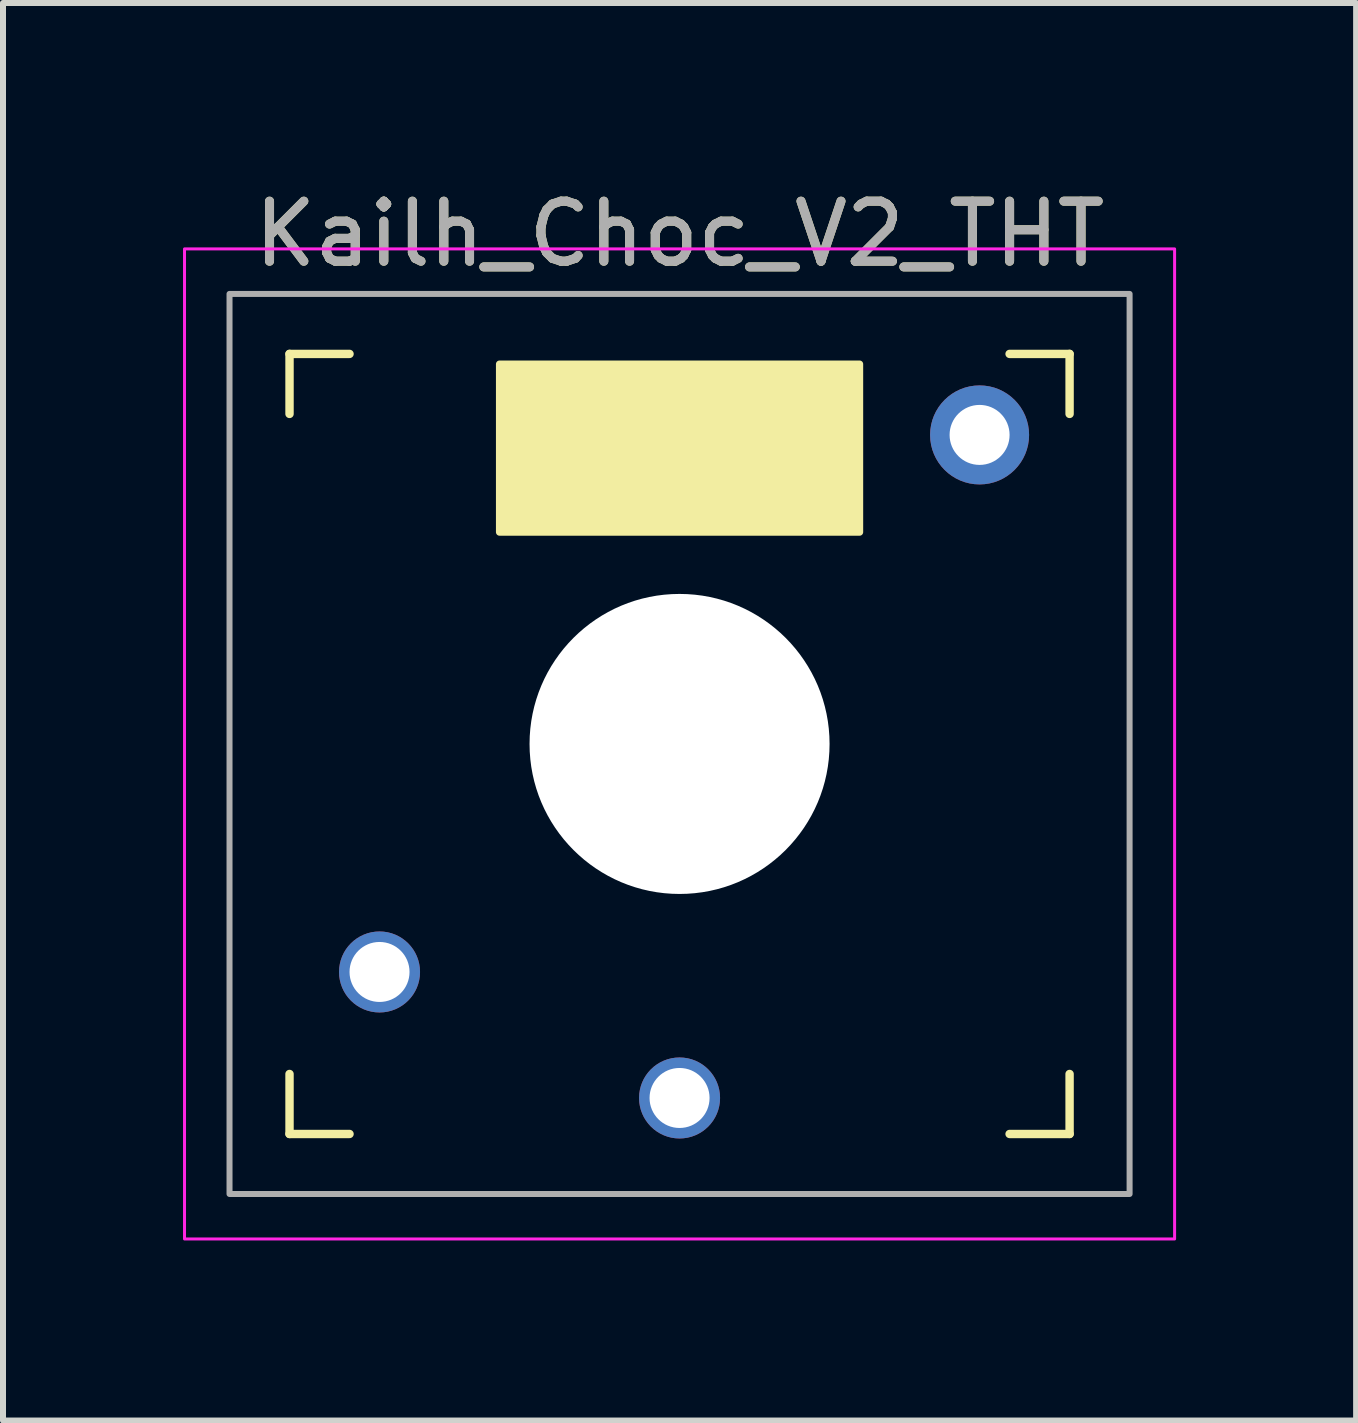
<source format=kicad_pcb>
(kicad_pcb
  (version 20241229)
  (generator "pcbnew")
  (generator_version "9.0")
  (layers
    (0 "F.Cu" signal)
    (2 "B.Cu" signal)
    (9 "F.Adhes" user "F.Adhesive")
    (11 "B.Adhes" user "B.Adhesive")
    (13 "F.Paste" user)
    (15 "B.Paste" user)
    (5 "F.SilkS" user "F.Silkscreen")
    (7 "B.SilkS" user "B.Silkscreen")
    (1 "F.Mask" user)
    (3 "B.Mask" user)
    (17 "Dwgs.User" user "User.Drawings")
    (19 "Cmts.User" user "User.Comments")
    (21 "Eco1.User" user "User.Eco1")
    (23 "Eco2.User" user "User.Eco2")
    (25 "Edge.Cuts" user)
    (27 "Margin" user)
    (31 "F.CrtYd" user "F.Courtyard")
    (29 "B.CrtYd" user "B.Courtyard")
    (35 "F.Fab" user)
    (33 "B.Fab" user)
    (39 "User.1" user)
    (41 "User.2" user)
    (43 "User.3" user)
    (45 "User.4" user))
  (footprint "Kailh_Choc_V2_THT"
    (layer "F.Cu")
    (at 8.275 9.348)
    (property "Reference" "Kailh_Choc_V2_THT" (at 0 -8.5 0) (unlocked yes) (layer "F.SilkS") (effects (font (size 1 1) (thickness 0.15))))
    (attr through_hole)
    (fp_line (start -6.5 -5.5) (end -6.5 -6.5) (stroke (width 0.14) (type solid)) (layer "F.SilkS"))
    (fp_line (start -6.5 6.5) (end -6.5 5.5) (stroke (width 0.14) (type solid)) (layer "F.SilkS"))
    (fp_line (start -6.5 6.5) (end -5.5 6.5) (stroke (width 0.14) (type solid)) (layer "F.SilkS"))
    (fp_line (start -5.5 -6.5) (end -6.5 -6.5) (stroke (width 0.14) (type solid)) (layer "F.SilkS"))
    (fp_line (start 5.5 6.5) (end 6.5 6.5) (stroke (width 0.14) (type solid)) (layer "F.SilkS"))
    (fp_line (start 6.5 -6.5) (end 5.5 -6.5) (stroke (width 0.14) (type solid)) (layer "F.SilkS"))
    (fp_line (start 6.5 -6.5) (end 6.5 -5.5) (stroke (width 0.14) (type solid)) (layer "F.SilkS"))
    (fp_line (start 6.5 5.5) (end 6.5 6.5) (stroke (width 0.14) (type solid)) (layer "F.SilkS"))
    (fp_rect (start -3 -6.33) (end 3 -3.53) (stroke (width 0.12) (type solid)) (fill yes) (layer "F.SilkS"))
    (fp_rect (start -8.25 -8.25) (end 8.25 8.25) (stroke (width 0.05) (type solid)) (fill no) (layer "F.CrtYd"))
    (fp_rect (start 7.5 7.5) (end -7.5 -7.5) (stroke (width 0.1) (type solid)) (fill no) (layer "F.Fab"))
    (fp_text user "${REFERENCE}" (at 0 -8.5 0) (unlocked yes) (layer "F.Fab") (effects (font (size 1 1) (thickness 0.15))))
    (pad "" np_thru_hole circle (at 0 0 180) (size 5 5) (drill 5) (layers "*.Cu" "*.Mask"))
    (pad "" thru_hole circle (at 5 -5.15) (size 1.65 1.65) (drill 1) (layers "*.Cu" "*.Mask"))
    (pad "1" thru_hole circle (at 0 5.9 180) (size 1.35 1.35) (drill 1) (layers "*.Cu" "B.Mask"))
    (pad "2" thru_hole circle (at -5 3.8 180) (size 1.35 1.35) (drill 1) (layers "*.Cu" "B.Mask")))
  (gr_rect
    (start -3 -3)
    (end 19.55 20.623)
    (stroke (width 0.1) (type default))
    (fill no)
    (layer "Edge.Cuts")))
</source>
